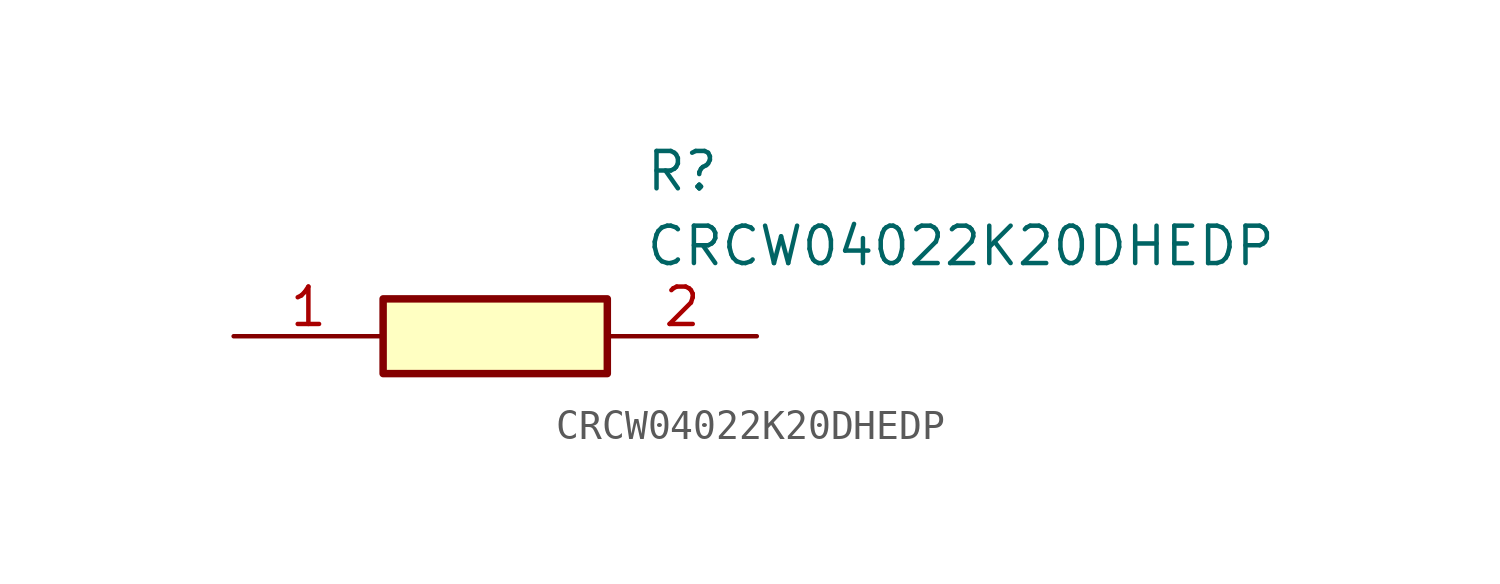
<source format=kicad_sym>
(kicad_symbol_lib
  (version 20211014)
  (generator SamacSys_ECAD_Model)
  (symbol "CRCW04022K20DHEDP"
    (pin_names hide)
    (property "Reference" "R"
      (at 13.97 6.35 0)
      (effects (font (size 1.27 1.27)) (justify left top)))
    (property "Value" "CRCW04022K20DHEDP"
      (at 13.97 3.81 0)
      (effects (font (size 1.27 1.27)) (justify left top)))
    (rectangle
      (start 5.08 1.27)
      (end 12.7 -1.27)
      (stroke (width 0.254) (type default))
      (fill (type background)))
    (pin passive line
      (at 0 0 0)
      (length 5.08)
      (name "1" (effects (font (size 1.27 1.27))))
      (number "1" (effects (font (size 1.27 1.27)))))
    (pin passive line
      (at 17.78 0 180)
      (length 5.08)
      (name "2" (effects (font (size 1.27 1.27))))
      (number "2" (effects (font (size 1.27 1.27)))))))
</source>
